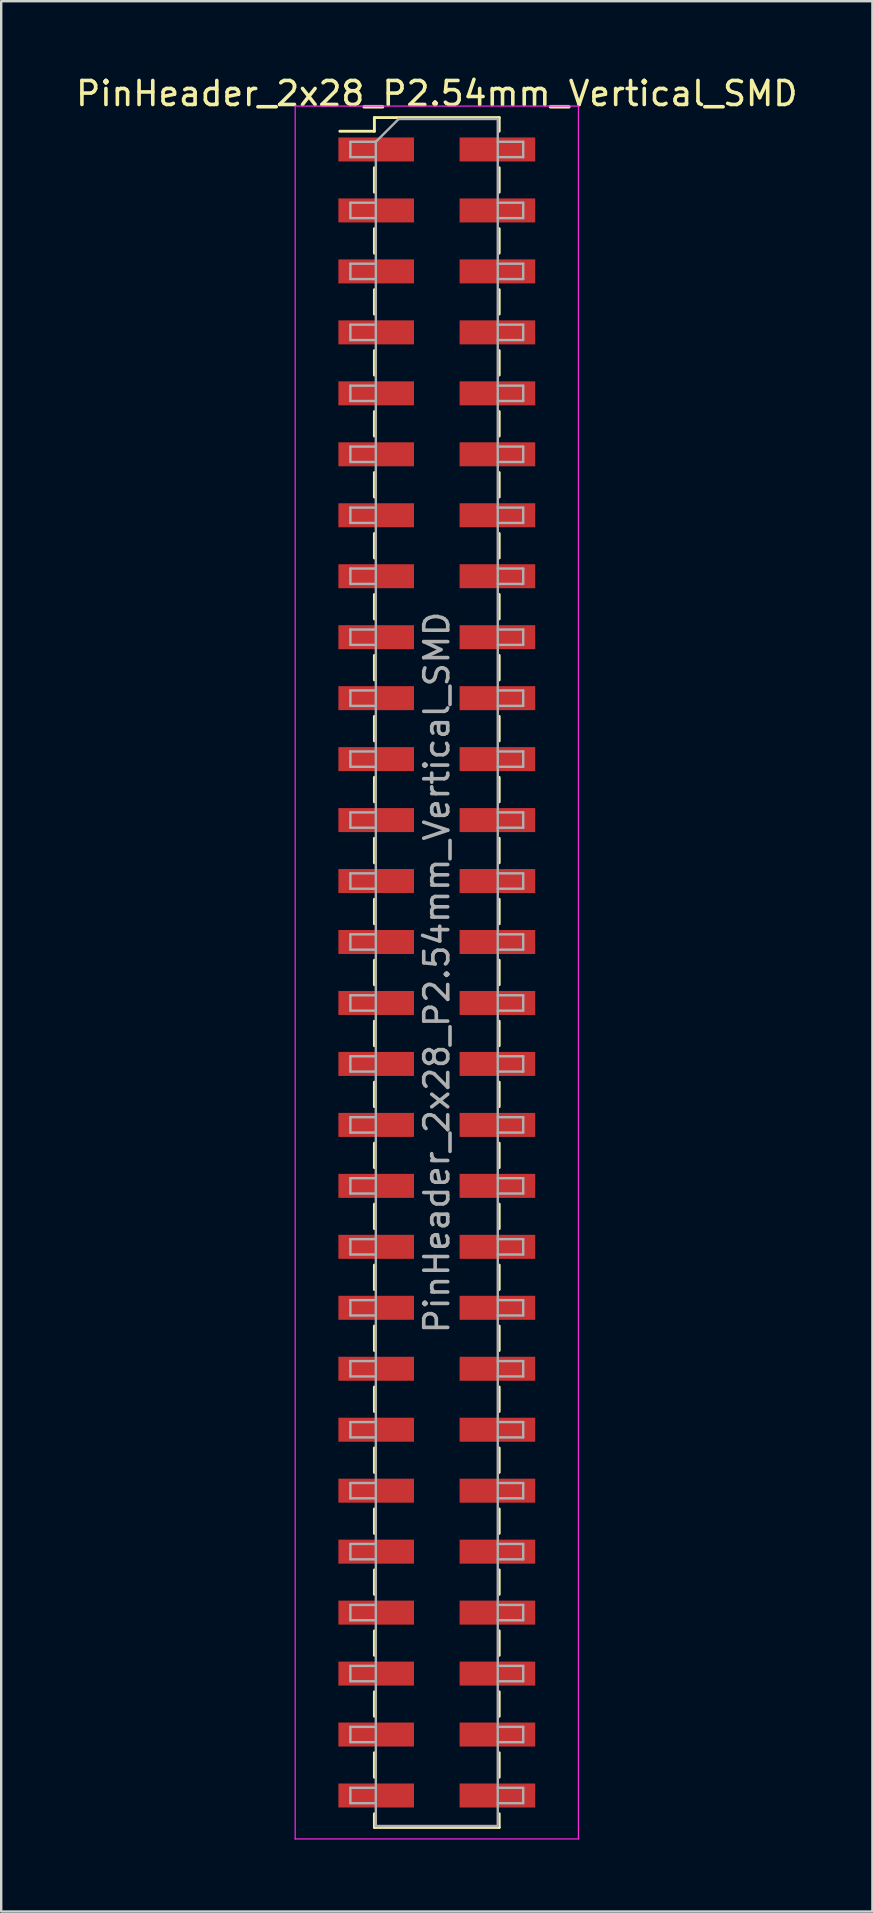
<source format=kicad_pcb>
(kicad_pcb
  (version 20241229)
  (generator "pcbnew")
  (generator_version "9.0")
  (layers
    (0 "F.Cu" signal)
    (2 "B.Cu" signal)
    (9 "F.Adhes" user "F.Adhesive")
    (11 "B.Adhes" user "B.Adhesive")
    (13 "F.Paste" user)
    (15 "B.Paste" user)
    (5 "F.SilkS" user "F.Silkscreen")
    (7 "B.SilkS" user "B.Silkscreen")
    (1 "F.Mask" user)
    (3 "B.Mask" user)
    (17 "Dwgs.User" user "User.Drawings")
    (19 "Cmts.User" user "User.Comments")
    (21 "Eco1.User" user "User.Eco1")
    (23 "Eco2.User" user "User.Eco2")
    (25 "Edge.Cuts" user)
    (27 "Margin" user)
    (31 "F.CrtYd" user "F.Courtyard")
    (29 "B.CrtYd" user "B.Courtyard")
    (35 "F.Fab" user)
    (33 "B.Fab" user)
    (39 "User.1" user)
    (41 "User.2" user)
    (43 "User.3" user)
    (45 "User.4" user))
  (footprint "PinHeader_2x28_P2.54mm_Vertical_SMD"
    (layer "F.Cu")
    (at 15.149 37.468)
    (property "Reference" "PinHeader_2x28_P2.54mm_Vertical_SMD" (at 0 -36.62 0) (layer "F.SilkS") (effects (font (size 1 1) (thickness 0.15))))
    (attr smd)
    (fp_line (start -4.04 -35.05) (end -2.6 -35.05) (stroke (width 0.12) (type solid)) (layer "F.SilkS"))
    (fp_line (start -2.6 -35.62) (end -2.6 -35.05) (stroke (width 0.12) (type solid)) (layer "F.SilkS"))
    (fp_line (start -2.6 -35.62) (end 2.6 -35.62) (stroke (width 0.12) (type solid)) (layer "F.SilkS"))
    (fp_line (start -2.6 -33.53) (end -2.6 -32.51) (stroke (width 0.12) (type solid)) (layer "F.SilkS"))
    (fp_line (start -2.6 -30.99) (end -2.6 -29.97) (stroke (width 0.12) (type solid)) (layer "F.SilkS"))
    (fp_line (start -2.6 -28.45) (end -2.6 -27.43) (stroke (width 0.12) (type solid)) (layer "F.SilkS"))
    (fp_line (start -2.6 -25.91) (end -2.6 -24.89) (stroke (width 0.12) (type solid)) (layer "F.SilkS"))
    (fp_line (start -2.6 -23.37) (end -2.6 -22.35) (stroke (width 0.12) (type solid)) (layer "F.SilkS"))
    (fp_line (start -2.6 -20.83) (end -2.6 -19.81) (stroke (width 0.12) (type solid)) (layer "F.SilkS"))
    (fp_line (start -2.6 -18.29) (end -2.6 -17.27) (stroke (width 0.12) (type solid)) (layer "F.SilkS"))
    (fp_line (start -2.6 -15.75) (end -2.6 -14.73) (stroke (width 0.12) (type solid)) (layer "F.SilkS"))
    (fp_line (start -2.6 -13.21) (end -2.6 -12.19) (stroke (width 0.12) (type solid)) (layer "F.SilkS"))
    (fp_line (start -2.6 -10.67) (end -2.6 -9.65) (stroke (width 0.12) (type solid)) (layer "F.SilkS"))
    (fp_line (start -2.6 -8.13) (end -2.6 -7.11) (stroke (width 0.12) (type solid)) (layer "F.SilkS"))
    (fp_line (start -2.6 -5.59) (end -2.6 -4.57) (stroke (width 0.12) (type solid)) (layer "F.SilkS"))
    (fp_line (start -2.6 -3.05) (end -2.6 -2.03) (stroke (width 0.12) (type solid)) (layer "F.SilkS"))
    (fp_line (start -2.6 -0.51) (end -2.6 0.51) (stroke (width 0.12) (type solid)) (layer "F.SilkS"))
    (fp_line (start -2.6 2.03) (end -2.6 3.05) (stroke (width 0.12) (type solid)) (layer "F.SilkS"))
    (fp_line (start -2.6 4.57) (end -2.6 5.59) (stroke (width 0.12) (type solid)) (layer "F.SilkS"))
    (fp_line (start -2.6 7.11) (end -2.6 8.13) (stroke (width 0.12) (type solid)) (layer "F.SilkS"))
    (fp_line (start -2.6 9.65) (end -2.6 10.67) (stroke (width 0.12) (type solid)) (layer "F.SilkS"))
    (fp_line (start -2.6 12.19) (end -2.6 13.21) (stroke (width 0.12) (type solid)) (layer "F.SilkS"))
    (fp_line (start -2.6 14.73) (end -2.6 15.75) (stroke (width 0.12) (type solid)) (layer "F.SilkS"))
    (fp_line (start -2.6 17.27) (end -2.6 18.29) (stroke (width 0.12) (type solid)) (layer "F.SilkS"))
    (fp_line (start -2.6 19.81) (end -2.6 20.83) (stroke (width 0.12) (type solid)) (layer "F.SilkS"))
    (fp_line (start -2.6 22.35) (end -2.6 23.37) (stroke (width 0.12) (type solid)) (layer "F.SilkS"))
    (fp_line (start -2.6 24.89) (end -2.6 25.91) (stroke (width 0.12) (type solid)) (layer "F.SilkS"))
    (fp_line (start -2.6 27.43) (end -2.6 28.45) (stroke (width 0.12) (type solid)) (layer "F.SilkS"))
    (fp_line (start -2.6 29.97) (end -2.6 30.99) (stroke (width 0.12) (type solid)) (layer "F.SilkS"))
    (fp_line (start -2.6 32.51) (end -2.6 33.53) (stroke (width 0.12) (type solid)) (layer "F.SilkS"))
    (fp_line (start -2.6 35.05) (end -2.6 35.62) (stroke (width 0.12) (type solid)) (layer "F.SilkS"))
    (fp_line (start -2.6 35.62) (end 2.6 35.62) (stroke (width 0.12) (type solid)) (layer "F.SilkS"))
    (fp_line (start 2.6 -35.62) (end 2.6 -35.05) (stroke (width 0.12) (type solid)) (layer "F.SilkS"))
    (fp_line (start 2.6 -33.53) (end 2.6 -32.51) (stroke (width 0.12) (type solid)) (layer "F.SilkS"))
    (fp_line (start 2.6 -30.99) (end 2.6 -29.97) (stroke (width 0.12) (type solid)) (layer "F.SilkS"))
    (fp_line (start 2.6 -28.45) (end 2.6 -27.43) (stroke (width 0.12) (type solid)) (layer "F.SilkS"))
    (fp_line (start 2.6 -25.91) (end 2.6 -24.89) (stroke (width 0.12) (type solid)) (layer "F.SilkS"))
    (fp_line (start 2.6 -23.37) (end 2.6 -22.35) (stroke (width 0.12) (type solid)) (layer "F.SilkS"))
    (fp_line (start 2.6 -20.83) (end 2.6 -19.81) (stroke (width 0.12) (type solid)) (layer "F.SilkS"))
    (fp_line (start 2.6 -18.29) (end 2.6 -17.27) (stroke (width 0.12) (type solid)) (layer "F.SilkS"))
    (fp_line (start 2.6 -15.75) (end 2.6 -14.73) (stroke (width 0.12) (type solid)) (layer "F.SilkS"))
    (fp_line (start 2.6 -13.21) (end 2.6 -12.19) (stroke (width 0.12) (type solid)) (layer "F.SilkS"))
    (fp_line (start 2.6 -10.67) (end 2.6 -9.65) (stroke (width 0.12) (type solid)) (layer "F.SilkS"))
    (fp_line (start 2.6 -8.13) (end 2.6 -7.11) (stroke (width 0.12) (type solid)) (layer "F.SilkS"))
    (fp_line (start 2.6 -5.59) (end 2.6 -4.57) (stroke (width 0.12) (type solid)) (layer "F.SilkS"))
    (fp_line (start 2.6 -3.05) (end 2.6 -2.03) (stroke (width 0.12) (type solid)) (layer "F.SilkS"))
    (fp_line (start 2.6 -0.51) (end 2.6 0.51) (stroke (width 0.12) (type solid)) (layer "F.SilkS"))
    (fp_line (start 2.6 2.03) (end 2.6 3.05) (stroke (width 0.12) (type solid)) (layer "F.SilkS"))
    (fp_line (start 2.6 4.57) (end 2.6 5.59) (stroke (width 0.12) (type solid)) (layer "F.SilkS"))
    (fp_line (start 2.6 7.11) (end 2.6 8.13) (stroke (width 0.12) (type solid)) (layer "F.SilkS"))
    (fp_line (start 2.6 9.65) (end 2.6 10.67) (stroke (width 0.12) (type solid)) (layer "F.SilkS"))
    (fp_line (start 2.6 12.19) (end 2.6 13.21) (stroke (width 0.12) (type solid)) (layer "F.SilkS"))
    (fp_line (start 2.6 14.73) (end 2.6 15.75) (stroke (width 0.12) (type solid)) (layer "F.SilkS"))
    (fp_line (start 2.6 17.27) (end 2.6 18.29) (stroke (width 0.12) (type solid)) (layer "F.SilkS"))
    (fp_line (start 2.6 19.81) (end 2.6 20.83) (stroke (width 0.12) (type solid)) (layer "F.SilkS"))
    (fp_line (start 2.6 22.35) (end 2.6 23.37) (stroke (width 0.12) (type solid)) (layer "F.SilkS"))
    (fp_line (start 2.6 24.89) (end 2.6 25.91) (stroke (width 0.12) (type solid)) (layer "F.SilkS"))
    (fp_line (start 2.6 27.43) (end 2.6 28.45) (stroke (width 0.12) (type solid)) (layer "F.SilkS"))
    (fp_line (start 2.6 29.97) (end 2.6 30.99) (stroke (width 0.12) (type solid)) (layer "F.SilkS"))
    (fp_line (start 2.6 32.51) (end 2.6 33.53) (stroke (width 0.12) (type solid)) (layer "F.SilkS"))
    (fp_line (start 2.6 35.05) (end 2.6 35.62) (stroke (width 0.12) (type solid)) (layer "F.SilkS"))
    (fp_line (start -5.9 -36.1) (end -5.9 36.1) (stroke (width 0.05) (type solid)) (layer "F.CrtYd"))
    (fp_line (start -5.9 36.1) (end 5.9 36.1) (stroke (width 0.05) (type solid)) (layer "F.CrtYd"))
    (fp_line (start 5.9 -36.1) (end -5.9 -36.1) (stroke (width 0.05) (type solid)) (layer "F.CrtYd"))
    (fp_line (start 5.9 36.1) (end 5.9 -36.1) (stroke (width 0.05) (type solid)) (layer "F.CrtYd"))
    (fp_line (start -3.6 -34.61) (end -3.6 -33.97) (stroke (width 0.1) (type solid)) (layer "F.Fab"))
    (fp_line (start -3.6 -33.97) (end -2.54 -33.97) (stroke (width 0.1) (type solid)) (layer "F.Fab"))
    (fp_line (start -3.6 -32.07) (end -3.6 -31.43) (stroke (width 0.1) (type solid)) (layer "F.Fab"))
    (fp_line (start -3.6 -31.43) (end -2.54 -31.43) (stroke (width 0.1) (type solid)) (layer "F.Fab"))
    (fp_line (start -3.6 -29.53) (end -3.6 -28.89) (stroke (width 0.1) (type solid)) (layer "F.Fab"))
    (fp_line (start -3.6 -28.89) (end -2.54 -28.89) (stroke (width 0.1) (type solid)) (layer "F.Fab"))
    (fp_line (start -3.6 -26.99) (end -3.6 -26.35) (stroke (width 0.1) (type solid)) (layer "F.Fab"))
    (fp_line (start -3.6 -26.35) (end -2.54 -26.35) (stroke (width 0.1) (type solid)) (layer "F.Fab"))
    (fp_line (start -3.6 -24.45) (end -3.6 -23.81) (stroke (width 0.1) (type solid)) (layer "F.Fab"))
    (fp_line (start -3.6 -23.81) (end -2.54 -23.81) (stroke (width 0.1) (type solid)) (layer "F.Fab"))
    (fp_line (start -3.6 -21.91) (end -3.6 -21.27) (stroke (width 0.1) (type solid)) (layer "F.Fab"))
    (fp_line (start -3.6 -21.27) (end -2.54 -21.27) (stroke (width 0.1) (type solid)) (layer "F.Fab"))
    (fp_line (start -3.6 -19.37) (end -3.6 -18.73) (stroke (width 0.1) (type solid)) (layer "F.Fab"))
    (fp_line (start -3.6 -18.73) (end -2.54 -18.73) (stroke (width 0.1) (type solid)) (layer "F.Fab"))
    (fp_line (start -3.6 -16.83) (end -3.6 -16.19) (stroke (width 0.1) (type solid)) (layer "F.Fab"))
    (fp_line (start -3.6 -16.19) (end -2.54 -16.19) (stroke (width 0.1) (type solid)) (layer "F.Fab"))
    (fp_line (start -3.6 -14.29) (end -3.6 -13.65) (stroke (width 0.1) (type solid)) (layer "F.Fab"))
    (fp_line (start -3.6 -13.65) (end -2.54 -13.65) (stroke (width 0.1) (type solid)) (layer "F.Fab"))
    (fp_line (start -3.6 -11.75) (end -3.6 -11.11) (stroke (width 0.1) (type solid)) (layer "F.Fab"))
    (fp_line (start -3.6 -11.11) (end -2.54 -11.11) (stroke (width 0.1) (type solid)) (layer "F.Fab"))
    (fp_line (start -3.6 -9.21) (end -3.6 -8.57) (stroke (width 0.1) (type solid)) (layer "F.Fab"))
    (fp_line (start -3.6 -8.57) (end -2.54 -8.57) (stroke (width 0.1) (type solid)) (layer "F.Fab"))
    (fp_line (start -3.6 -6.67) (end -3.6 -6.03) (stroke (width 0.1) (type solid)) (layer "F.Fab"))
    (fp_line (start -3.6 -6.03) (end -2.54 -6.03) (stroke (width 0.1) (type solid)) (layer "F.Fab"))
    (fp_line (start -3.6 -4.13) (end -3.6 -3.49) (stroke (width 0.1) (type solid)) (layer "F.Fab"))
    (fp_line (start -3.6 -3.49) (end -2.54 -3.49) (stroke (width 0.1) (type solid)) (layer "F.Fab"))
    (fp_line (start -3.6 -1.59) (end -3.6 -0.95) (stroke (width 0.1) (type solid)) (layer "F.Fab"))
    (fp_line (start -3.6 -0.95) (end -2.54 -0.95) (stroke (width 0.1) (type solid)) (layer "F.Fab"))
    (fp_line (start -3.6 0.95) (end -3.6 1.59) (stroke (width 0.1) (type solid)) (layer "F.Fab"))
    (fp_line (start -3.6 1.59) (end -2.54 1.59) (stroke (width 0.1) (type solid)) (layer "F.Fab"))
    (fp_line (start -3.6 3.49) (end -3.6 4.13) (stroke (width 0.1) (type solid)) (layer "F.Fab"))
    (fp_line (start -3.6 4.13) (end -2.54 4.13) (stroke (width 0.1) (type solid)) (layer "F.Fab"))
    (fp_line (start -3.6 6.03) (end -3.6 6.67) (stroke (width 0.1) (type solid)) (layer "F.Fab"))
    (fp_line (start -3.6 6.67) (end -2.54 6.67) (stroke (width 0.1) (type solid)) (layer "F.Fab"))
    (fp_line (start -3.6 8.57) (end -3.6 9.21) (stroke (width 0.1) (type solid)) (layer "F.Fab"))
    (fp_line (start -3.6 9.21) (end -2.54 9.21) (stroke (width 0.1) (type solid)) (layer "F.Fab"))
    (fp_line (start -3.6 11.11) (end -3.6 11.75) (stroke (width 0.1) (type solid)) (layer "F.Fab"))
    (fp_line (start -3.6 11.75) (end -2.54 11.75) (stroke (width 0.1) (type solid)) (layer "F.Fab"))
    (fp_line (start -3.6 13.65) (end -3.6 14.29) (stroke (width 0.1) (type solid)) (layer "F.Fab"))
    (fp_line (start -3.6 14.29) (end -2.54 14.29) (stroke (width 0.1) (type solid)) (layer "F.Fab"))
    (fp_line (start -3.6 16.19) (end -3.6 16.83) (stroke (width 0.1) (type solid)) (layer "F.Fab"))
    (fp_line (start -3.6 16.83) (end -2.54 16.83) (stroke (width 0.1) (type solid)) (layer "F.Fab"))
    (fp_line (start -3.6 18.73) (end -3.6 19.37) (stroke (width 0.1) (type solid)) (layer "F.Fab"))
    (fp_line (start -3.6 19.37) (end -2.54 19.37) (stroke (width 0.1) (type solid)) (layer "F.Fab"))
    (fp_line (start -3.6 21.27) (end -3.6 21.91) (stroke (width 0.1) (type solid)) (layer "F.Fab"))
    (fp_line (start -3.6 21.91) (end -2.54 21.91) (stroke (width 0.1) (type solid)) (layer "F.Fab"))
    (fp_line (start -3.6 23.81) (end -3.6 24.45) (stroke (width 0.1) (type solid)) (layer "F.Fab"))
    (fp_line (start -3.6 24.45) (end -2.54 24.45) (stroke (width 0.1) (type solid)) (layer "F.Fab"))
    (fp_line (start -3.6 26.35) (end -3.6 26.99) (stroke (width 0.1) (type solid)) (layer "F.Fab"))
    (fp_line (start -3.6 26.99) (end -2.54 26.99) (stroke (width 0.1) (type solid)) (layer "F.Fab"))
    (fp_line (start -3.6 28.89) (end -3.6 29.53) (stroke (width 0.1) (type solid)) (layer "F.Fab"))
    (fp_line (start -3.6 29.53) (end -2.54 29.53) (stroke (width 0.1) (type solid)) (layer "F.Fab"))
    (fp_line (start -3.6 31.43) (end -3.6 32.07) (stroke (width 0.1) (type solid)) (layer "F.Fab"))
    (fp_line (start -3.6 32.07) (end -2.54 32.07) (stroke (width 0.1) (type solid)) (layer "F.Fab"))
    (fp_line (start -3.6 33.97) (end -3.6 34.61) (stroke (width 0.1) (type solid)) (layer "F.Fab"))
    (fp_line (start -3.6 34.61) (end -2.54 34.61) (stroke (width 0.1) (type solid)) (layer "F.Fab"))
    (fp_line (start -2.54 -34.61) (end -3.6 -34.61) (stroke (width 0.1) (type solid)) (layer "F.Fab"))
    (fp_line (start -2.54 -34.61) (end -1.59 -35.56) (stroke (width 0.1) (type solid)) (layer "F.Fab"))
    (fp_line (start -2.54 -32.07) (end -3.6 -32.07) (stroke (width 0.1) (type solid)) (layer "F.Fab"))
    (fp_line (start -2.54 -29.53) (end -3.6 -29.53) (stroke (width 0.1) (type solid)) (layer "F.Fab"))
    (fp_line (start -2.54 -26.99) (end -3.6 -26.99) (stroke (width 0.1) (type solid)) (layer "F.Fab"))
    (fp_line (start -2.54 -24.45) (end -3.6 -24.45) (stroke (width 0.1) (type solid)) (layer "F.Fab"))
    (fp_line (start -2.54 -21.91) (end -3.6 -21.91) (stroke (width 0.1) (type solid)) (layer "F.Fab"))
    (fp_line (start -2.54 -19.37) (end -3.6 -19.37) (stroke (width 0.1) (type solid)) (layer "F.Fab"))
    (fp_line (start -2.54 -16.83) (end -3.6 -16.83) (stroke (width 0.1) (type solid)) (layer "F.Fab"))
    (fp_line (start -2.54 -14.29) (end -3.6 -14.29) (stroke (width 0.1) (type solid)) (layer "F.Fab"))
    (fp_line (start -2.54 -11.75) (end -3.6 -11.75) (stroke (width 0.1) (type solid)) (layer "F.Fab"))
    (fp_line (start -2.54 -9.21) (end -3.6 -9.21) (stroke (width 0.1) (type solid)) (layer "F.Fab"))
    (fp_line (start -2.54 -6.67) (end -3.6 -6.67) (stroke (width 0.1) (type solid)) (layer "F.Fab"))
    (fp_line (start -2.54 -4.13) (end -3.6 -4.13) (stroke (width 0.1) (type solid)) (layer "F.Fab"))
    (fp_line (start -2.54 -1.59) (end -3.6 -1.59) (stroke (width 0.1) (type solid)) (layer "F.Fab"))
    (fp_line (start -2.54 0.95) (end -3.6 0.95) (stroke (width 0.1) (type solid)) (layer "F.Fab"))
    (fp_line (start -2.54 3.49) (end -3.6 3.49) (stroke (width 0.1) (type solid)) (layer "F.Fab"))
    (fp_line (start -2.54 6.03) (end -3.6 6.03) (stroke (width 0.1) (type solid)) (layer "F.Fab"))
    (fp_line (start -2.54 8.57) (end -3.6 8.57) (stroke (width 0.1) (type solid)) (layer "F.Fab"))
    (fp_line (start -2.54 11.11) (end -3.6 11.11) (stroke (width 0.1) (type solid)) (layer "F.Fab"))
    (fp_line (start -2.54 13.65) (end -3.6 13.65) (stroke (width 0.1) (type solid)) (layer "F.Fab"))
    (fp_line (start -2.54 16.19) (end -3.6 16.19) (stroke (width 0.1) (type solid)) (layer "F.Fab"))
    (fp_line (start -2.54 18.73) (end -3.6 18.73) (stroke (width 0.1) (type solid)) (layer "F.Fab"))
    (fp_line (start -2.54 21.27) (end -3.6 21.27) (stroke (width 0.1) (type solid)) (layer "F.Fab"))
    (fp_line (start -2.54 23.81) (end -3.6 23.81) (stroke (width 0.1) (type solid)) (layer "F.Fab"))
    (fp_line (start -2.54 26.35) (end -3.6 26.35) (stroke (width 0.1) (type solid)) (layer "F.Fab"))
    (fp_line (start -2.54 28.89) (end -3.6 28.89) (stroke (width 0.1) (type solid)) (layer "F.Fab"))
    (fp_line (start -2.54 31.43) (end -3.6 31.43) (stroke (width 0.1) (type solid)) (layer "F.Fab"))
    (fp_line (start -2.54 33.97) (end -3.6 33.97) (stroke (width 0.1) (type solid)) (layer "F.Fab"))
    (fp_line (start -2.54 35.56) (end -2.54 -34.61) (stroke (width 0.1) (type solid)) (layer "F.Fab"))
    (fp_line (start -1.59 -35.56) (end 2.54 -35.56) (stroke (width 0.1) (type solid)) (layer "F.Fab"))
    (fp_line (start 2.54 -35.56) (end 2.54 35.56) (stroke (width 0.1) (type solid)) (layer "F.Fab"))
    (fp_line (start 2.54 -34.61) (end 3.6 -34.61) (stroke (width 0.1) (type solid)) (layer "F.Fab"))
    (fp_line (start 2.54 -32.07) (end 3.6 -32.07) (stroke (width 0.1) (type solid)) (layer "F.Fab"))
    (fp_line (start 2.54 -29.53) (end 3.6 -29.53) (stroke (width 0.1) (type solid)) (layer "F.Fab"))
    (fp_line (start 2.54 -26.99) (end 3.6 -26.99) (stroke (width 0.1) (type solid)) (layer "F.Fab"))
    (fp_line (start 2.54 -24.45) (end 3.6 -24.45) (stroke (width 0.1) (type solid)) (layer "F.Fab"))
    (fp_line (start 2.54 -21.91) (end 3.6 -21.91) (stroke (width 0.1) (type solid)) (layer "F.Fab"))
    (fp_line (start 2.54 -19.37) (end 3.6 -19.37) (stroke (width 0.1) (type solid)) (layer "F.Fab"))
    (fp_line (start 2.54 -16.83) (end 3.6 -16.83) (stroke (width 0.1) (type solid)) (layer "F.Fab"))
    (fp_line (start 2.54 -14.29) (end 3.6 -14.29) (stroke (width 0.1) (type solid)) (layer "F.Fab"))
    (fp_line (start 2.54 -11.75) (end 3.6 -11.75) (stroke (width 0.1) (type solid)) (layer "F.Fab"))
    (fp_line (start 2.54 -9.21) (end 3.6 -9.21) (stroke (width 0.1) (type solid)) (layer "F.Fab"))
    (fp_line (start 2.54 -6.67) (end 3.6 -6.67) (stroke (width 0.1) (type solid)) (layer "F.Fab"))
    (fp_line (start 2.54 -4.13) (end 3.6 -4.13) (stroke (width 0.1) (type solid)) (layer "F.Fab"))
    (fp_line (start 2.54 -1.59) (end 3.6 -1.59) (stroke (width 0.1) (type solid)) (layer "F.Fab"))
    (fp_line (start 2.54 0.95) (end 3.6 0.95) (stroke (width 0.1) (type solid)) (layer "F.Fab"))
    (fp_line (start 2.54 3.49) (end 3.6 3.49) (stroke (width 0.1) (type solid)) (layer "F.Fab"))
    (fp_line (start 2.54 6.03) (end 3.6 6.03) (stroke (width 0.1) (type solid)) (layer "F.Fab"))
    (fp_line (start 2.54 8.57) (end 3.6 8.57) (stroke (width 0.1) (type solid)) (layer "F.Fab"))
    (fp_line (start 2.54 11.11) (end 3.6 11.11) (stroke (width 0.1) (type solid)) (layer "F.Fab"))
    (fp_line (start 2.54 13.65) (end 3.6 13.65) (stroke (width 0.1) (type solid)) (layer "F.Fab"))
    (fp_line (start 2.54 16.19) (end 3.6 16.19) (stroke (width 0.1) (type solid)) (layer "F.Fab"))
    (fp_line (start 2.54 18.73) (end 3.6 18.73) (stroke (width 0.1) (type solid)) (layer "F.Fab"))
    (fp_line (start 2.54 21.27) (end 3.6 21.27) (stroke (width 0.1) (type solid)) (layer "F.Fab"))
    (fp_line (start 2.54 23.81) (end 3.6 23.81) (stroke (width 0.1) (type solid)) (layer "F.Fab"))
    (fp_line (start 2.54 26.35) (end 3.6 26.35) (stroke (width 0.1) (type solid)) (layer "F.Fab"))
    (fp_line (start 2.54 28.89) (end 3.6 28.89) (stroke (width 0.1) (type solid)) (layer "F.Fab"))
    (fp_line (start 2.54 31.43) (end 3.6 31.43) (stroke (width 0.1) (type solid)) (layer "F.Fab"))
    (fp_line (start 2.54 33.97) (end 3.6 33.97) (stroke (width 0.1) (type solid)) (layer "F.Fab"))
    (fp_line (start 2.54 35.56) (end -2.54 35.56) (stroke (width 0.1) (type solid)) (layer "F.Fab"))
    (fp_line (start 3.6 -34.61) (end 3.6 -33.97) (stroke (width 0.1) (type solid)) (layer "F.Fab"))
    (fp_line (start 3.6 -33.97) (end 2.54 -33.97) (stroke (width 0.1) (type solid)) (layer "F.Fab"))
    (fp_line (start 3.6 -32.07) (end 3.6 -31.43) (stroke (width 0.1) (type solid)) (layer "F.Fab"))
    (fp_line (start 3.6 -31.43) (end 2.54 -31.43) (stroke (width 0.1) (type solid)) (layer "F.Fab"))
    (fp_line (start 3.6 -29.53) (end 3.6 -28.89) (stroke (width 0.1) (type solid)) (layer "F.Fab"))
    (fp_line (start 3.6 -28.89) (end 2.54 -28.89) (stroke (width 0.1) (type solid)) (layer "F.Fab"))
    (fp_line (start 3.6 -26.99) (end 3.6 -26.35) (stroke (width 0.1) (type solid)) (layer "F.Fab"))
    (fp_line (start 3.6 -26.35) (end 2.54 -26.35) (stroke (width 0.1) (type solid)) (layer "F.Fab"))
    (fp_line (start 3.6 -24.45) (end 3.6 -23.81) (stroke (width 0.1) (type solid)) (layer "F.Fab"))
    (fp_line (start 3.6 -23.81) (end 2.54 -23.81) (stroke (width 0.1) (type solid)) (layer "F.Fab"))
    (fp_line (start 3.6 -21.91) (end 3.6 -21.27) (stroke (width 0.1) (type solid)) (layer "F.Fab"))
    (fp_line (start 3.6 -21.27) (end 2.54 -21.27) (stroke (width 0.1) (type solid)) (layer "F.Fab"))
    (fp_line (start 3.6 -19.37) (end 3.6 -18.73) (stroke (width 0.1) (type solid)) (layer "F.Fab"))
    (fp_line (start 3.6 -18.73) (end 2.54 -18.73) (stroke (width 0.1) (type solid)) (layer "F.Fab"))
    (fp_line (start 3.6 -16.83) (end 3.6 -16.19) (stroke (width 0.1) (type solid)) (layer "F.Fab"))
    (fp_line (start 3.6 -16.19) (end 2.54 -16.19) (stroke (width 0.1) (type solid)) (layer "F.Fab"))
    (fp_line (start 3.6 -14.29) (end 3.6 -13.65) (stroke (width 0.1) (type solid)) (layer "F.Fab"))
    (fp_line (start 3.6 -13.65) (end 2.54 -13.65) (stroke (width 0.1) (type solid)) (layer "F.Fab"))
    (fp_line (start 3.6 -11.75) (end 3.6 -11.11) (stroke (width 0.1) (type solid)) (layer "F.Fab"))
    (fp_line (start 3.6 -11.11) (end 2.54 -11.11) (stroke (width 0.1) (type solid)) (layer "F.Fab"))
    (fp_line (start 3.6 -9.21) (end 3.6 -8.57) (stroke (width 0.1) (type solid)) (layer "F.Fab"))
    (fp_line (start 3.6 -8.57) (end 2.54 -8.57) (stroke (width 0.1) (type solid)) (layer "F.Fab"))
    (fp_line (start 3.6 -6.67) (end 3.6 -6.03) (stroke (width 0.1) (type solid)) (layer "F.Fab"))
    (fp_line (start 3.6 -6.03) (end 2.54 -6.03) (stroke (width 0.1) (type solid)) (layer "F.Fab"))
    (fp_line (start 3.6 -4.13) (end 3.6 -3.49) (stroke (width 0.1) (type solid)) (layer "F.Fab"))
    (fp_line (start 3.6 -3.49) (end 2.54 -3.49) (stroke (width 0.1) (type solid)) (layer "F.Fab"))
    (fp_line (start 3.6 -1.59) (end 3.6 -0.95) (stroke (width 0.1) (type solid)) (layer "F.Fab"))
    (fp_line (start 3.6 -0.95) (end 2.54 -0.95) (stroke (width 0.1) (type solid)) (layer "F.Fab"))
    (fp_line (start 3.6 0.95) (end 3.6 1.59) (stroke (width 0.1) (type solid)) (layer "F.Fab"))
    (fp_line (start 3.6 1.59) (end 2.54 1.59) (stroke (width 0.1) (type solid)) (layer "F.Fab"))
    (fp_line (start 3.6 3.49) (end 3.6 4.13) (stroke (width 0.1) (type solid)) (layer "F.Fab"))
    (fp_line (start 3.6 4.13) (end 2.54 4.13) (stroke (width 0.1) (type solid)) (layer "F.Fab"))
    (fp_line (start 3.6 6.03) (end 3.6 6.67) (stroke (width 0.1) (type solid)) (layer "F.Fab"))
    (fp_line (start 3.6 6.67) (end 2.54 6.67) (stroke (width 0.1) (type solid)) (layer "F.Fab"))
    (fp_line (start 3.6 8.57) (end 3.6 9.21) (stroke (width 0.1) (type solid)) (layer "F.Fab"))
    (fp_line (start 3.6 9.21) (end 2.54 9.21) (stroke (width 0.1) (type solid)) (layer "F.Fab"))
    (fp_line (start 3.6 11.11) (end 3.6 11.75) (stroke (width 0.1) (type solid)) (layer "F.Fab"))
    (fp_line (start 3.6 11.75) (end 2.54 11.75) (stroke (width 0.1) (type solid)) (layer "F.Fab"))
    (fp_line (start 3.6 13.65) (end 3.6 14.29) (stroke (width 0.1) (type solid)) (layer "F.Fab"))
    (fp_line (start 3.6 14.29) (end 2.54 14.29) (stroke (width 0.1) (type solid)) (layer "F.Fab"))
    (fp_line (start 3.6 16.19) (end 3.6 16.83) (stroke (width 0.1) (type solid)) (layer "F.Fab"))
    (fp_line (start 3.6 16.83) (end 2.54 16.83) (stroke (width 0.1) (type solid)) (layer "F.Fab"))
    (fp_line (start 3.6 18.73) (end 3.6 19.37) (stroke (width 0.1) (type solid)) (layer "F.Fab"))
    (fp_line (start 3.6 19.37) (end 2.54 19.37) (stroke (width 0.1) (type solid)) (layer "F.Fab"))
    (fp_line (start 3.6 21.27) (end 3.6 21.91) (stroke (width 0.1) (type solid)) (layer "F.Fab"))
    (fp_line (start 3.6 21.91) (end 2.54 21.91) (stroke (width 0.1) (type solid)) (layer "F.Fab"))
    (fp_line (start 3.6 23.81) (end 3.6 24.45) (stroke (width 0.1) (type solid)) (layer "F.Fab"))
    (fp_line (start 3.6 24.45) (end 2.54 24.45) (stroke (width 0.1) (type solid)) (layer "F.Fab"))
    (fp_line (start 3.6 26.35) (end 3.6 26.99) (stroke (width 0.1) (type solid)) (layer "F.Fab"))
    (fp_line (start 3.6 26.99) (end 2.54 26.99) (stroke (width 0.1) (type solid)) (layer "F.Fab"))
    (fp_line (start 3.6 28.89) (end 3.6 29.53) (stroke (width 0.1) (type solid)) (layer "F.Fab"))
    (fp_line (start 3.6 29.53) (end 2.54 29.53) (stroke (width 0.1) (type solid)) (layer "F.Fab"))
    (fp_line (start 3.6 31.43) (end 3.6 32.07) (stroke (width 0.1) (type solid)) (layer "F.Fab"))
    (fp_line (start 3.6 32.07) (end 2.54 32.07) (stroke (width 0.1) (type solid)) (layer "F.Fab"))
    (fp_line (start 3.6 33.97) (end 3.6 34.61) (stroke (width 0.1) (type solid)) (layer "F.Fab"))
    (fp_line (start 3.6 34.61) (end 2.54 34.61) (stroke (width 0.1) (type solid)) (layer "F.Fab"))
    (fp_text user "${REFERENCE}" (at 0 0 90) (layer "F.Fab") (effects (font (size 1 1) (thickness 0.15))))
    (pad "1" smd rect (at -2.525 -34.29) (size 3.15 1) (layers "F.Cu" "F.Mask" "F.Paste"))
    (pad "2" smd rect (at 2.525 -34.29) (size 3.15 1) (layers "F.Cu" "F.Mask" "F.Paste"))
    (pad "3" smd rect (at -2.525 -31.75) (size 3.15 1) (layers "F.Cu" "F.Mask" "F.Paste"))
    (pad "4" smd rect (at 2.525 -31.75) (size 3.15 1) (layers "F.Cu" "F.Mask" "F.Paste"))
    (pad "5" smd rect (at -2.525 -29.21) (size 3.15 1) (layers "F.Cu" "F.Mask" "F.Paste"))
    (pad "6" smd rect (at 2.525 -29.21) (size 3.15 1) (layers "F.Cu" "F.Mask" "F.Paste"))
    (pad "7" smd rect (at -2.525 -26.67) (size 3.15 1) (layers "F.Cu" "F.Mask" "F.Paste"))
    (pad "8" smd rect (at 2.525 -26.67) (size 3.15 1) (layers "F.Cu" "F.Mask" "F.Paste"))
    (pad "9" smd rect (at -2.525 -24.13) (size 3.15 1) (layers "F.Cu" "F.Mask" "F.Paste"))
    (pad "10" smd rect (at 2.525 -24.13) (size 3.15 1) (layers "F.Cu" "F.Mask" "F.Paste"))
    (pad "11" smd rect (at -2.525 -21.59) (size 3.15 1) (layers "F.Cu" "F.Mask" "F.Paste"))
    (pad "12" smd rect (at 2.525 -21.59) (size 3.15 1) (layers "F.Cu" "F.Mask" "F.Paste"))
    (pad "13" smd rect (at -2.525 -19.05) (size 3.15 1) (layers "F.Cu" "F.Mask" "F.Paste"))
    (pad "14" smd rect (at 2.525 -19.05) (size 3.15 1) (layers "F.Cu" "F.Mask" "F.Paste"))
    (pad "15" smd rect (at -2.525 -16.51) (size 3.15 1) (layers "F.Cu" "F.Mask" "F.Paste"))
    (pad "16" smd rect (at 2.525 -16.51) (size 3.15 1) (layers "F.Cu" "F.Mask" "F.Paste"))
    (pad "17" smd rect (at -2.525 -13.97) (size 3.15 1) (layers "F.Cu" "F.Mask" "F.Paste"))
    (pad "18" smd rect (at 2.525 -13.97) (size 3.15 1) (layers "F.Cu" "F.Mask" "F.Paste"))
    (pad "19" smd rect (at -2.525 -11.43) (size 3.15 1) (layers "F.Cu" "F.Mask" "F.Paste"))
    (pad "20" smd rect (at 2.525 -11.43) (size 3.15 1) (layers "F.Cu" "F.Mask" "F.Paste"))
    (pad "21" smd rect (at -2.525 -8.89) (size 3.15 1) (layers "F.Cu" "F.Mask" "F.Paste"))
    (pad "22" smd rect (at 2.525 -8.89) (size 3.15 1) (layers "F.Cu" "F.Mask" "F.Paste"))
    (pad "23" smd rect (at -2.525 -6.35) (size 3.15 1) (layers "F.Cu" "F.Mask" "F.Paste"))
    (pad "24" smd rect (at 2.525 -6.35) (size 3.15 1) (layers "F.Cu" "F.Mask" "F.Paste"))
    (pad "25" smd rect (at -2.525 -3.81) (size 3.15 1) (layers "F.Cu" "F.Mask" "F.Paste"))
    (pad "26" smd rect (at 2.525 -3.81) (size 3.15 1) (layers "F.Cu" "F.Mask" "F.Paste"))
    (pad "27" smd rect (at -2.525 -1.27) (size 3.15 1) (layers "F.Cu" "F.Mask" "F.Paste"))
    (pad "28" smd rect (at 2.525 -1.27) (size 3.15 1) (layers "F.Cu" "F.Mask" "F.Paste"))
    (pad "29" smd rect (at -2.525 1.27) (size 3.15 1) (layers "F.Cu" "F.Mask" "F.Paste"))
    (pad "30" smd rect (at 2.525 1.27) (size 3.15 1) (layers "F.Cu" "F.Mask" "F.Paste"))
    (pad "31" smd rect (at -2.525 3.81) (size 3.15 1) (layers "F.Cu" "F.Mask" "F.Paste"))
    (pad "32" smd rect (at 2.525 3.81) (size 3.15 1) (layers "F.Cu" "F.Mask" "F.Paste"))
    (pad "33" smd rect (at -2.525 6.35) (size 3.15 1) (layers "F.Cu" "F.Mask" "F.Paste"))
    (pad "34" smd rect (at 2.525 6.35) (size 3.15 1) (layers "F.Cu" "F.Mask" "F.Paste"))
    (pad "35" smd rect (at -2.525 8.89) (size 3.15 1) (layers "F.Cu" "F.Mask" "F.Paste"))
    (pad "36" smd rect (at 2.525 8.89) (size 3.15 1) (layers "F.Cu" "F.Mask" "F.Paste"))
    (pad "37" smd rect (at -2.525 11.43) (size 3.15 1) (layers "F.Cu" "F.Mask" "F.Paste"))
    (pad "38" smd rect (at 2.525 11.43) (size 3.15 1) (layers "F.Cu" "F.Mask" "F.Paste"))
    (pad "39" smd rect (at -2.525 13.97) (size 3.15 1) (layers "F.Cu" "F.Mask" "F.Paste"))
    (pad "40" smd rect (at 2.525 13.97) (size 3.15 1) (layers "F.Cu" "F.Mask" "F.Paste"))
    (pad "41" smd rect (at -2.525 16.51) (size 3.15 1) (layers "F.Cu" "F.Mask" "F.Paste"))
    (pad "42" smd rect (at 2.525 16.51) (size 3.15 1) (layers "F.Cu" "F.Mask" "F.Paste"))
    (pad "43" smd rect (at -2.525 19.05) (size 3.15 1) (layers "F.Cu" "F.Mask" "F.Paste"))
    (pad "44" smd rect (at 2.525 19.05) (size 3.15 1) (layers "F.Cu" "F.Mask" "F.Paste"))
    (pad "45" smd rect (at -2.525 21.59) (size 3.15 1) (layers "F.Cu" "F.Mask" "F.Paste"))
    (pad "46" smd rect (at 2.525 21.59) (size 3.15 1) (layers "F.Cu" "F.Mask" "F.Paste"))
    (pad "47" smd rect (at -2.525 24.13) (size 3.15 1) (layers "F.Cu" "F.Mask" "F.Paste"))
    (pad "48" smd rect (at 2.525 24.13) (size 3.15 1) (layers "F.Cu" "F.Mask" "F.Paste"))
    (pad "49" smd rect (at -2.525 26.67) (size 3.15 1) (layers "F.Cu" "F.Mask" "F.Paste"))
    (pad "50" smd rect (at 2.525 26.67) (size 3.15 1) (layers "F.Cu" "F.Mask" "F.Paste"))
    (pad "51" smd rect (at -2.525 29.21) (size 3.15 1) (layers "F.Cu" "F.Mask" "F.Paste"))
    (pad "52" smd rect (at 2.525 29.21) (size 3.15 1) (layers "F.Cu" "F.Mask" "F.Paste"))
    (pad "53" smd rect (at -2.525 31.75) (size 3.15 1) (layers "F.Cu" "F.Mask" "F.Paste"))
    (pad "54" smd rect (at 2.525 31.75) (size 3.15 1) (layers "F.Cu" "F.Mask" "F.Paste"))
    (pad "55" smd rect (at -2.525 34.29) (size 3.15 1) (layers "F.Cu" "F.Mask" "F.Paste"))
    (pad "56" smd rect (at 2.525 34.29) (size 3.15 1) (layers "F.Cu" "F.Mask" "F.Paste")))
  (gr_rect
    (start -3 -3)
    (end 33.298 76.593)
    (stroke (width 0.1) (type default))
    (fill no)
    (layer "Edge.Cuts")))
</source>
